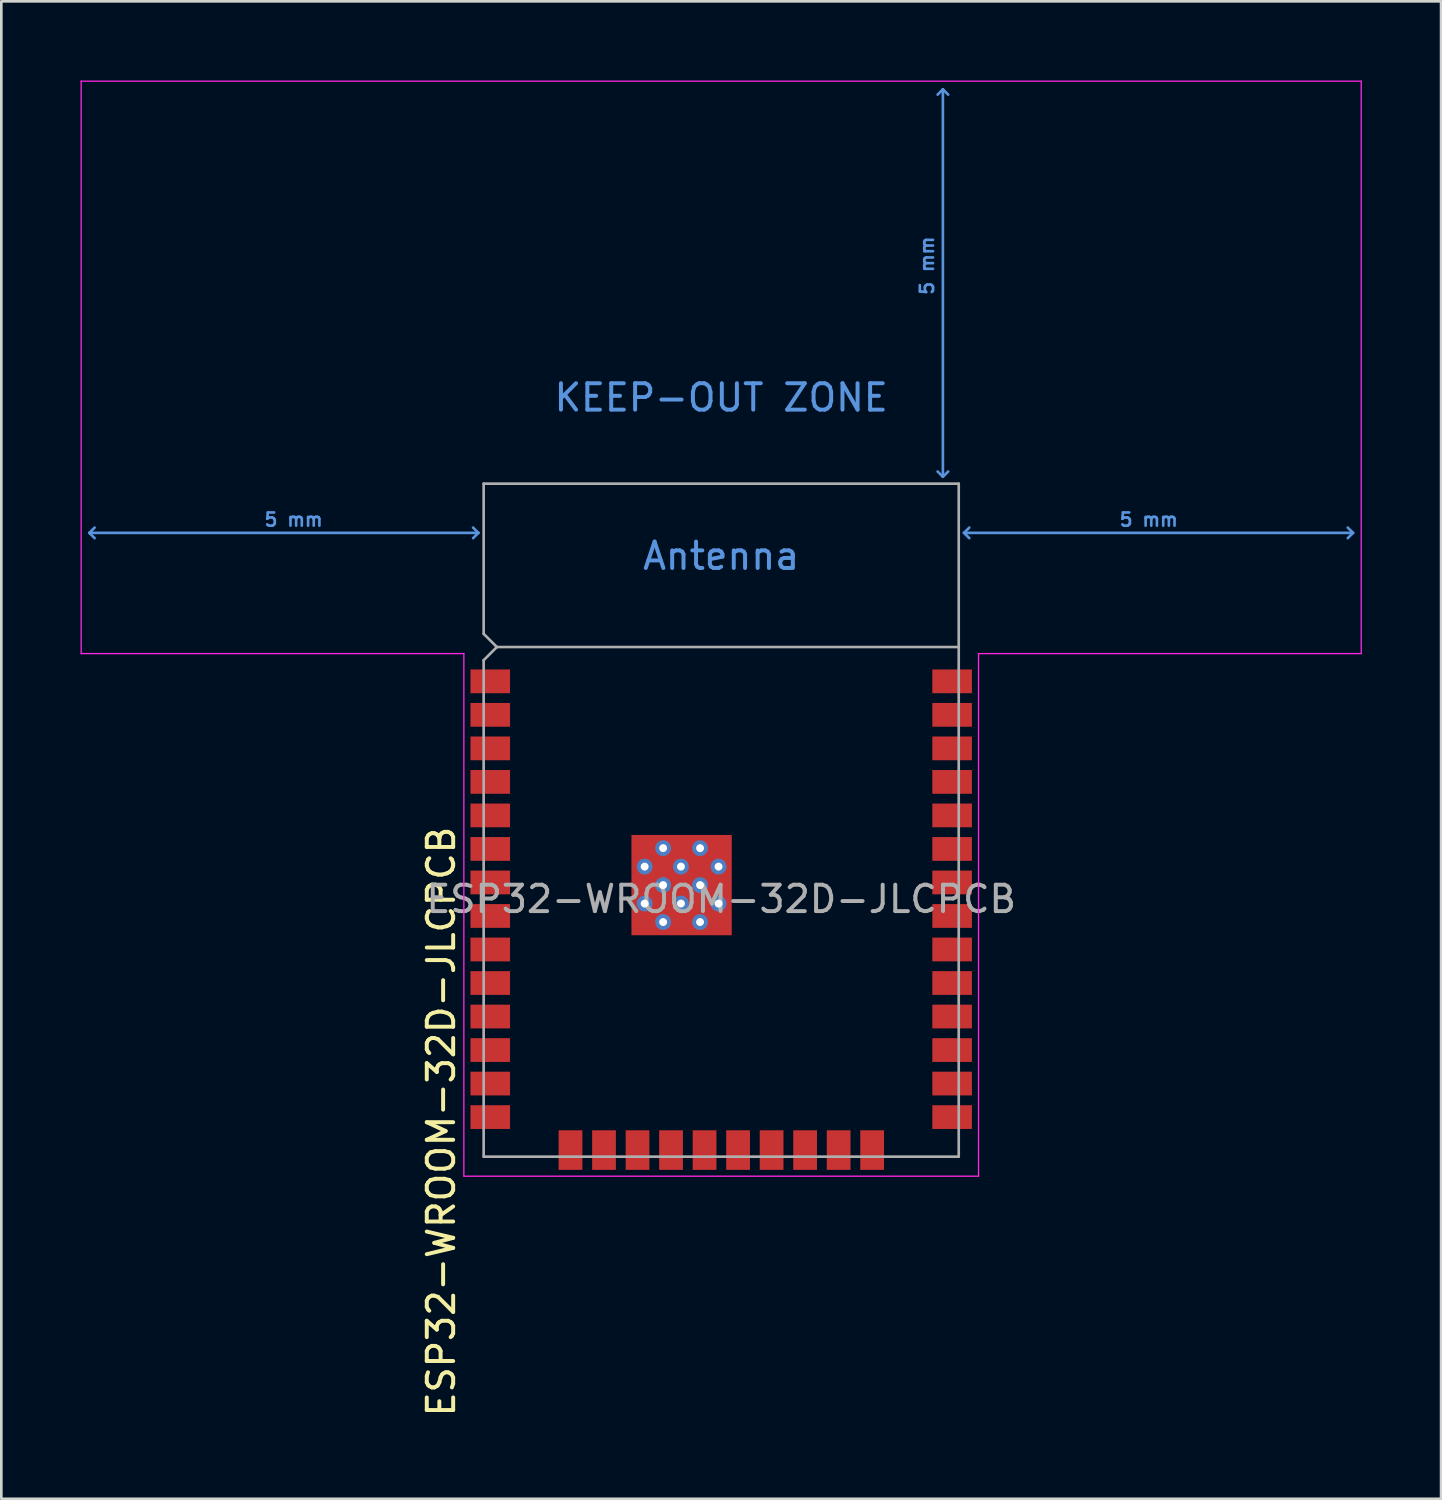
<source format=kicad_pcb>
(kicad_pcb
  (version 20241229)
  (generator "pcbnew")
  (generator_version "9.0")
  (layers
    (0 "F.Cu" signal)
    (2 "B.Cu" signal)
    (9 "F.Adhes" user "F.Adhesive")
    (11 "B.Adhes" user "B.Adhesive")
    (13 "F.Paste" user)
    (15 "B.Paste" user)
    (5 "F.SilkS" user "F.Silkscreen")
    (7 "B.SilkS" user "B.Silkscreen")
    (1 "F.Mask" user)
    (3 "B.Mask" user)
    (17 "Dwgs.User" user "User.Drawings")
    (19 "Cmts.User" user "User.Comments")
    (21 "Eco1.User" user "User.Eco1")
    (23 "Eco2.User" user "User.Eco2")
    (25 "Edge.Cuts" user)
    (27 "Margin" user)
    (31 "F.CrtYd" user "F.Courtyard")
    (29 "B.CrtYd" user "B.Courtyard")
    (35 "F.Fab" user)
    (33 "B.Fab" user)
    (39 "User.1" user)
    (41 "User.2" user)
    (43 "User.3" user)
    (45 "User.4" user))
  (footprint "ESP32-WROOM-32D-JLCPCB"
    (layer "F.Cu")
    (at 24.275 31.015)
    (property "Reference" "ESP32-WROOM-32D-JLCPCB" (at -10.61 8.43 90) (layer "F.SilkS") (effects (font (size 1 1) (thickness 0.15))))
    (attr smd)
    (fp_line (start -23.94 -13.875) (end -23.74 -14.075) (stroke (width 0.1) (type solid)) (layer "Cmts.User"))
    (fp_line (start -23.94 -13.875) (end -23.74 -13.675) (stroke (width 0.1) (type solid)) (layer "Cmts.User"))
    (fp_line (start -23.94 -13.875) (end -9.2 -13.875) (stroke (width 0.1) (type solid)) (layer "Cmts.User"))
    (fp_line (start -9.2 -13.875) (end -9.4 -14.075) (stroke (width 0.1) (type solid)) (layer "Cmts.User"))
    (fp_line (start -9.2 -13.875) (end -9.4 -13.675) (stroke (width 0.1) (type solid)) (layer "Cmts.User"))
    (fp_line (start 8.4 -30.68) (end 8.2 -30.48) (stroke (width 0.1) (type solid)) (layer "Cmts.User"))
    (fp_line (start 8.4 -30.68) (end 8.6 -30.48) (stroke (width 0.1) (type solid)) (layer "Cmts.User"))
    (fp_line (start 8.4 -16) (end 8.2 -16.2) (stroke (width 0.1) (type solid)) (layer "Cmts.User"))
    (fp_line (start 8.4 -16) (end 8.4 -30.68) (stroke (width 0.1) (type solid)) (layer "Cmts.User"))
    (fp_line (start 8.4 -16) (end 8.6 -16.2) (stroke (width 0.1) (type solid)) (layer "Cmts.User"))
    (fp_line (start 9.2 -13.875) (end 9.4 -14.075) (stroke (width 0.1) (type solid)) (layer "Cmts.User"))
    (fp_line (start 9.2 -13.875) (end 9.4 -13.675) (stroke (width 0.1) (type solid)) (layer "Cmts.User"))
    (fp_line (start 9.2 -13.875) (end 23.94 -13.875) (stroke (width 0.1) (type solid)) (layer "Cmts.User"))
    (fp_line (start 23.94 -13.875) (end 23.74 -14.075) (stroke (width 0.1) (type solid)) (layer "Cmts.User"))
    (fp_line (start 23.94 -13.875) (end 23.74 -13.675) (stroke (width 0.1) (type solid)) (layer "Cmts.User"))
    (fp_line (start -24.25 -30.99) (end -24.25 -9.3) (stroke (width 0.05) (type solid)) (layer "F.CrtYd"))
    (fp_line (start -24.25 -30.99) (end 24.25 -30.99) (stroke (width 0.05) (type solid)) (layer "F.CrtYd"))
    (fp_line (start -24.25 -9.3) (end -9.75 -9.3) (stroke (width 0.05) (type solid)) (layer "F.CrtYd"))
    (fp_line (start -9.75 10.5) (end -9.75 -9.3) (stroke (width 0.05) (type solid)) (layer "F.CrtYd"))
    (fp_line (start -9.75 10.5) (end 9.75 10.5) (stroke (width 0.05) (type solid)) (layer "F.CrtYd"))
    (fp_line (start 9.75 -9.3) (end 9.75 10.5) (stroke (width 0.05) (type solid)) (layer "F.CrtYd"))
    (fp_line (start 9.75 -9.3) (end 24.25 -9.3) (stroke (width 0.05) (type solid)) (layer "F.CrtYd"))
    (fp_line (start 24.25 -30.99) (end 24.25 -9.3) (stroke (width 0.05) (type solid)) (layer "F.CrtYd"))
    (fp_line (start -9 -15.74) (end -9 -10.05) (stroke (width 0.1) (type solid)) (layer "F.Fab"))
    (fp_line (start -9 -15.74) (end 9 -15.74) (stroke (width 0.1) (type solid)) (layer "F.Fab"))
    (fp_line (start -9 -9.05) (end -9 9.76) (stroke (width 0.1) (type solid)) (layer "F.Fab"))
    (fp_line (start -9 -9.05) (end -8.5 -9.55) (stroke (width 0.1) (type solid)) (layer "F.Fab"))
    (fp_line (start -9 9.76) (end 9 9.76) (stroke (width 0.1) (type solid)) (layer "F.Fab"))
    (fp_line (start -8.5 -9.55) (end -9 -10.05) (stroke (width 0.1) (type solid)) (layer "F.Fab"))
    (fp_line (start -8.5 -9.55) (end 9 -9.55) (stroke (width 0.1) (type solid)) (layer "F.Fab"))
    (fp_line (start 9 9.76) (end 9 -15.74) (stroke (width 0.1) (type solid)) (layer "F.Fab"))
    (fp_text user "KEEP-OUT ZONE" (at 0 -19 0) (layer "Cmts.User") (effects (font (size 1 1) (thickness 0.15))))
    (fp_text user "5 mm" (at 16.2 -14.375 0) (layer "Cmts.User") (effects (font (size 0.5 0.5) (thickness 0.1))))
    (fp_text user "5 mm" (at 7.8 -24 90) (layer "Cmts.User") (effects (font (size 0.5 0.5) (thickness 0.1))))
    (fp_text user "5 mm" (at -16.2 -14.375 0) (layer "Cmts.User") (effects (font (size 0.5 0.5) (thickness 0.1))))
    (fp_text user "Antenna" (at 0 -13 0) (layer "Cmts.User") (effects (font (size 1 1) (thickness 0.15))))
    (fp_text user "${REFERENCE}" (at 0 0 0) (layer "F.Fab") (effects (font (size 1 1) (thickness 0.15))))
    (pad "1" smd rect (at -8.75 -8.25) (size 1.5 0.9) (layers "F.Cu" "F.Mask" "F.Paste"))
    (pad "2" smd rect (at -8.75 -6.98) (size 1.5 0.9) (layers "F.Cu" "F.Mask" "F.Paste"))
    (pad "3" smd rect (at -8.75 -5.71) (size 1.5 0.9) (layers "F.Cu" "F.Mask" "F.Paste"))
    (pad "4" smd rect (at -8.75 -4.44) (size 1.5 0.9) (layers "F.Cu" "F.Mask" "F.Paste"))
    (pad "5" smd rect (at -8.75 -3.17) (size 1.5 0.9) (layers "F.Cu" "F.Mask" "F.Paste"))
    (pad "6" smd rect (at -8.75 -1.9) (size 1.5 0.9) (layers "F.Cu" "F.Mask" "F.Paste"))
    (pad "7" smd rect (at -8.75 -0.63) (size 1.5 0.9) (layers "F.Cu" "F.Mask" "F.Paste"))
    (pad "8" smd rect (at -8.75 0.64) (size 1.5 0.9) (layers "F.Cu" "F.Mask" "F.Paste"))
    (pad "9" smd rect (at -8.75 1.91) (size 1.5 0.9) (layers "F.Cu" "F.Mask" "F.Paste"))
    (pad "10" smd rect (at -8.75 3.18) (size 1.5 0.9) (layers "F.Cu" "F.Mask" "F.Paste"))
    (pad "11" smd rect (at -8.75 4.45) (size 1.5 0.9) (layers "F.Cu" "F.Mask" "F.Paste"))
    (pad "12" smd rect (at -8.75 5.72) (size 1.5 0.9) (layers "F.Cu" "F.Mask" "F.Paste"))
    (pad "13" smd rect (at -8.75 6.99) (size 1.5 0.9) (layers "F.Cu" "F.Mask" "F.Paste"))
    (pad "14" smd rect (at -8.75 8.26) (size 1.5 0.9) (layers "F.Cu" "F.Mask" "F.Paste"))
    (pad "15" smd rect (at -5.71 9.51 90) (size 1.5 0.9) (layers "F.Cu" "F.Mask" "F.Paste"))
    (pad "16" smd rect (at -4.44 9.51 90) (size 1.5 0.9) (layers "F.Cu" "F.Mask" "F.Paste"))
    (pad "17" smd rect (at -3.17 9.51 90) (size 1.5 0.9) (layers "F.Cu" "F.Mask" "F.Paste"))
    (pad "18" smd rect (at -1.9 9.51 90) (size 1.5 0.9) (layers "F.Cu" "F.Mask" "F.Paste"))
    (pad "19" smd rect (at -0.63 9.51 90) (size 1.5 0.9) (layers "F.Cu" "F.Mask" "F.Paste"))
    (pad "20" smd rect (at 0.64 9.51 90) (size 1.5 0.9) (layers "F.Cu" "F.Mask" "F.Paste"))
    (pad "21" smd rect (at 1.91 9.51 90) (size 1.5 0.9) (layers "F.Cu" "F.Mask" "F.Paste"))
    (pad "22" smd rect (at 3.18 9.51 90) (size 1.5 0.9) (layers "F.Cu" "F.Mask" "F.Paste"))
    (pad "23" smd rect (at 4.45 9.51 90) (size 1.5 0.9) (layers "F.Cu" "F.Mask" "F.Paste"))
    (pad "24" smd rect (at 5.72 9.51 90) (size 1.5 0.9) (layers "F.Cu" "F.Mask" "F.Paste"))
    (pad "25" smd rect (at 8.75 8.26) (size 1.5 0.9) (layers "F.Cu" "F.Mask" "F.Paste"))
    (pad "26" smd rect (at 8.75 6.99) (size 1.5 0.9) (layers "F.Cu" "F.Mask" "F.Paste"))
    (pad "27" smd rect (at 8.75 5.72) (size 1.5 0.9) (layers "F.Cu" "F.Mask" "F.Paste"))
    (pad "28" smd rect (at 8.75 4.45) (size 1.5 0.9) (layers "F.Cu" "F.Mask" "F.Paste"))
    (pad "29" smd rect (at 8.75 3.18) (size 1.5 0.9) (layers "F.Cu" "F.Mask" "F.Paste"))
    (pad "30" smd rect (at 8.75 1.91) (size 1.5 0.9) (layers "F.Cu" "F.Mask" "F.Paste"))
    (pad "31" smd rect (at 8.75 0.64) (size 1.5 0.9) (layers "F.Cu" "F.Mask" "F.Paste"))
    (pad "32" smd rect (at 8.75 -0.63) (size 1.5 0.9) (layers "F.Cu" "F.Mask" "F.Paste"))
    (pad "33" smd rect (at 8.75 -1.9) (size 1.5 0.9) (layers "F.Cu" "F.Mask" "F.Paste"))
    (pad "34" smd rect (at 8.75 -3.17) (size 1.5 0.9) (layers "F.Cu" "F.Mask" "F.Paste"))
    (pad "35" smd rect (at 8.75 -4.44) (size 1.5 0.9) (layers "F.Cu" "F.Mask" "F.Paste"))
    (pad "36" smd rect (at 8.75 -5.71) (size 1.5 0.9) (layers "F.Cu" "F.Mask" "F.Paste"))
    (pad "37" smd rect (at 8.75 -6.98) (size 1.5 0.9) (layers "F.Cu" "F.Mask" "F.Paste"))
    (pad "38" smd rect (at 8.75 -8.25) (size 1.5 0.9) (layers "F.Cu" "F.Mask" "F.Paste"))
    (pad "39" smd rect (at -2.9 -1.93) (size 0.9 0.9) (layers "F.Cu" "F.Paste"))
    (pad "39" thru_hole circle (at -2.9 -1.23) (size 0.6 0.6) (drill 0.3) (property pad_prop_heatsink) (layers "*.Cu" "F.Mask"))
    (pad "39" smd rect (at -2.9 -0.53) (size 0.9 0.9) (layers "F.Cu" "F.Paste"))
    (pad "39" thru_hole circle (at -2.9 0.17) (size 0.6 0.6) (drill 0.3) (property pad_prop_heatsink) (layers "*.Cu" "F.Mask"))
    (pad "39" smd rect (at -2.9 0.87) (size 0.9 0.9) (layers "F.Cu" "F.Paste"))
    (pad "39" thru_hole circle (at -2.2 -1.93) (size 0.6 0.6) (drill 0.3) (property pad_prop_heatsink) (layers "*.Cu" "F.Mask"))
    (pad "39" thru_hole circle (at -2.2 -0.53) (size 0.6 0.6) (drill 0.3) (property pad_prop_heatsink) (layers "*.Cu" "F.Mask"))
    (pad "39" thru_hole circle (at -2.2 0.87) (size 0.6 0.6) (drill 0.3) (property pad_prop_heatsink) (layers "*.Cu" "F.Mask"))
    (pad "39" thru_hole circle (at -1.525 -1.23) (size 0.6 0.6) (drill 0.3) (property pad_prop_heatsink) (layers "*.Cu" "F.Mask"))
    (pad "39" thru_hole circle (at -1.525 0.17) (size 0.6 0.6) (drill 0.3) (property pad_prop_heatsink) (layers "*.Cu" "F.Mask"))
    (pad "39" smd rect (at -1.5 -1.93) (size 0.9 0.9) (layers "F.Cu" "F.Paste"))
    (pad "39" smd rect (at -1.5 -0.53) (size 0.9 0.9) (layers "F.Cu" "F.Paste"))
    (pad "39" smd rect (at -1.5 -0.53) (size 3.8 3.8) (layers "F.Cu" "F.Mask"))
    (pad "39" smd rect (at -1.5 0.87) (size 0.9 0.9) (layers "F.Cu" "F.Paste"))
    (pad "39" thru_hole circle (at -0.8 -1.93) (size 0.6 0.6) (drill 0.3) (property pad_prop_heatsink) (layers "*.Cu" "F.Mask"))
    (pad "39" thru_hole circle (at -0.8 -0.53) (size 0.6 0.6) (drill 0.3) (property pad_prop_heatsink) (layers "*.Cu" "F.Mask"))
    (pad "39" thru_hole circle (at -0.8 0.87) (size 0.6 0.6) (drill 0.3) (property pad_prop_heatsink) (layers "*.Cu" "F.Mask"))
    (pad "39" smd rect (at -0.1 -1.93) (size 0.9 0.9) (layers "F.Cu" "F.Paste"))
    (pad "39" thru_hole circle (at -0.1 -1.23) (size 0.6 0.6) (drill 0.3) (property pad_prop_heatsink) (layers "*.Cu" "F.Mask"))
    (pad "39" smd rect (at -0.1 -0.53) (size 0.9 0.9) (layers "F.Cu" "F.Paste"))
    (pad "39" thru_hole circle (at -0.1 0.17) (size 0.6 0.6) (drill 0.3) (property pad_prop_heatsink) (layers "*.Cu" "F.Mask"))
    (pad "39" smd rect (at -0.1 0.87) (size 0.9 0.9) (layers "F.Cu" "F.Paste"))
    (zone (net_name "") (layers "F.Cu" "B.Cu") (hatch full 0.508) (connect_pads) (min_thickness 0.254) (filled_areas_thickness no) (keepout (tracks not_allowed) (vias not_allowed) (pads not_allowed) (copperpour not_allowed) (footprints allowed)) (placement (enabled no)) (fill) (polygon (pts (xy 0.275 21.465) (xy 48.275 21.465) (xy 48.275 0.275) (xy 0.275 0.275)))))
  (gr_rect
    (start -3 -3)
    (end 51.55 53.737)
    (stroke (width 0.1) (type default))
    (fill no)
    (layer "Edge.Cuts")))
</source>
